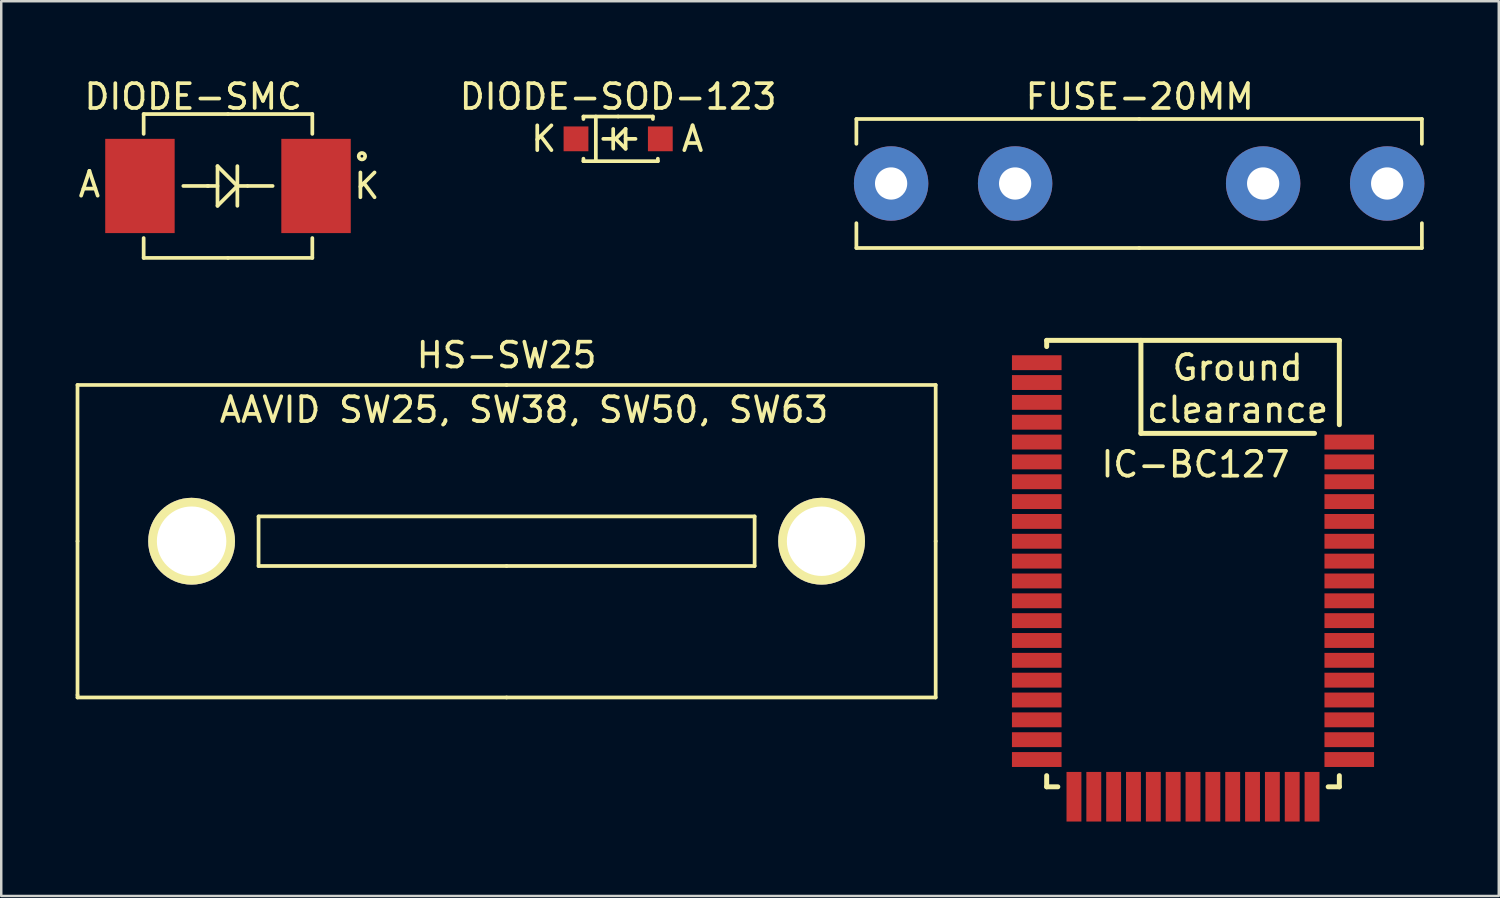
<source format=kicad_pcb>
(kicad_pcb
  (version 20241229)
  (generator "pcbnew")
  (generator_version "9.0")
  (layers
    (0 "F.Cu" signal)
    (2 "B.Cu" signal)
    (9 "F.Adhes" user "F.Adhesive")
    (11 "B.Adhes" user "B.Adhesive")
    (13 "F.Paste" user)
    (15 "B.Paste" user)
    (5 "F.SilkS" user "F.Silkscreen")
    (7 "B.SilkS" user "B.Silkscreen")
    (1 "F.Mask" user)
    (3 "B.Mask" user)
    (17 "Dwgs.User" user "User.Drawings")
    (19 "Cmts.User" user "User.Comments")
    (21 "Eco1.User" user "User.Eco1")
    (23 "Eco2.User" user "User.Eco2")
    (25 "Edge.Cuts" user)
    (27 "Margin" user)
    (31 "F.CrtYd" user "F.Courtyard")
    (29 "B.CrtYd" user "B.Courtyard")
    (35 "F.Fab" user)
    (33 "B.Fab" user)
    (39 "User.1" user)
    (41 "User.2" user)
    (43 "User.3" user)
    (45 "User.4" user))
  (footprint "HS-SW25"
    (layer "F.Cu")
    (at 17.375 18.771)
    (property "Reference" "HS-SW25" (at 0 -7.5 180) (layer "F.SilkS") (effects (font (size 1 1) (thickness 0.15))))
    (attr through_hole)
    (fp_line (start -17.3 -6.3) (end -17.3 0) (stroke (width 0.15) (type solid)) (layer "F.SilkS"))
    (fp_line (start -17.3 0) (end -17.3 6.2) (stroke (width 0.15) (type solid)) (layer "F.SilkS"))
    (fp_line (start -17.3 6.2) (end -17.3 6.3) (stroke (width 0.15) (type solid)) (layer "F.SilkS"))
    (fp_line (start -17.3 6.3) (end 0 6.3) (stroke (width 0.15) (type solid)) (layer "F.SilkS"))
    (fp_line (start -10 -1) (end -10 1) (stroke (width 0.15) (type solid)) (layer "F.SilkS"))
    (fp_line (start -10 1) (end 0 1) (stroke (width 0.15) (type solid)) (layer "F.SilkS"))
    (fp_line (start 0 -6.3) (end -17.3 -6.3) (stroke (width 0.15) (type solid)) (layer "F.SilkS"))
    (fp_line (start 0 1) (end 10 1) (stroke (width 0.15) (type solid)) (layer "F.SilkS"))
    (fp_line (start 0 6.3) (end 17.3 6.3) (stroke (width 0.15) (type solid)) (layer "F.SilkS"))
    (fp_line (start 10 -1) (end -10 -1) (stroke (width 0.15) (type solid)) (layer "F.SilkS"))
    (fp_line (start 10 1) (end 10 -1) (stroke (width 0.15) (type solid)) (layer "F.SilkS"))
    (fp_line (start 17.3 -6.3) (end 0 -6.3) (stroke (width 0.15) (type solid)) (layer "F.SilkS"))
    (fp_line (start 17.3 0) (end 17.3 -6.3) (stroke (width 0.15) (type solid)) (layer "F.SilkS"))
    (fp_line (start 17.3 6.3) (end 17.3 0) (stroke (width 0.15) (type solid)) (layer "F.SilkS"))
    (fp_text user "AAVID SW25, SW38, SW50, SW63" (at 0.7 -5.3 0) (layer "F.SilkS") (effects (font (size 1 1) (thickness 0.15))))
    (pad "4" thru_hole circle (at -12.7 0) (size 3.5 3.5) (drill 2.8) (layers "*.Cu" "*.Mask" "F.SilkS"))
    (pad "5" thru_hole circle (at 12.7 0) (size 3.5 3.5) (drill 2.8) (layers "*.Cu" "*.Mask" "F.SilkS")))
  (footprint "FUSE-20MM"
    (layer "F.Cu")
    (at 42.878 4.348)
    (property "Reference" "FUSE-20MM" (at 0.025 -3.5 0) (layer "F.SilkS") (effects (font (size 1 1) (thickness 0.15))))
    (attr through_hole)
    (fp_line (start -11.4 -2.6) (end -11.4 -1.6) (stroke (width 0.15) (type solid)) (layer "F.SilkS"))
    (fp_line (start -11.4 -2.6) (end 0 -2.6) (stroke (width 0.15) (type solid)) (layer "F.SilkS"))
    (fp_line (start -11.4 1.6) (end -11.4 2.6) (stroke (width 0.15) (type solid)) (layer "F.SilkS"))
    (fp_line (start -11.4 2.6) (end 0 2.6) (stroke (width 0.15) (type solid)) (layer "F.SilkS"))
    (fp_line (start 0 -2.6) (end 11.4 -2.6) (stroke (width 0.15) (type solid)) (layer "F.SilkS"))
    (fp_line (start 0 2.6) (end 11.4 2.6) (stroke (width 0.15) (type solid)) (layer "F.SilkS"))
    (fp_line (start 11.4 -2.6) (end 11.4 -1.6) (stroke (width 0.15) (type solid)) (layer "F.SilkS"))
    (fp_line (start 11.4 1.6) (end 11.4 2.6) (stroke (width 0.15) (type solid)) (layer "F.SilkS"))
    (pad "1" thru_hole circle (at -10 0) (size 3 3) (drill 1.3) (layers "*.Cu" "*.Mask"))
    (pad "1" thru_hole circle (at -5 0) (size 3 3) (drill 1.3) (layers "*.Cu" "*.Mask"))
    (pad "2" thru_hole circle (at 5 0) (size 3 3) (drill 1.3) (layers "*.Cu" "*.Mask"))
    (pad "2" thru_hole circle (at 10 0) (size 3 3) (drill 1.3) (layers "*.Cu" "*.Mask")))
  (footprint "DIODE-SOD-123"
    (layer "F.Cu")
    (at 21.873 2.548)
    (property "Reference" "DIODE-SOD-123" (at 0 -1.7 0) (layer "F.SilkS") (effects (font (size 1 1) (thickness 0.15))))
    (attr through_hole)
    (fp_line (start -1.4 -0.9) (end -1.4 -0.8) (stroke (width 0.15) (type solid)) (layer "F.SilkS"))
    (fp_line (start -1.4 0.8) (end -1.4 0.9) (stroke (width 0.15) (type solid)) (layer "F.SilkS"))
    (fp_line (start -1.4 0.9) (end 1.6 0.9) (stroke (width 0.15) (type solid)) (layer "F.SilkS"))
    (fp_line (start -0.9 -0.9) (end -0.9 0.9) (stroke (width 0.15) (type solid)) (layer "F.SilkS"))
    (fp_line (start -0.2 -0.4) (end -0.2 0.4) (stroke (width 0.15) (type solid)) (layer "F.SilkS"))
    (fp_line (start -0.2 0) (end -0.6 0) (stroke (width 0.15) (type solid)) (layer "F.SilkS"))
    (fp_line (start -0.1 0) (end 0.3 -0.4) (stroke (width 0.15) (type solid)) (layer "F.SilkS"))
    (fp_line (start 0 -0.9) (end -1.4 -0.9) (stroke (width 0.15) (type solid)) (layer "F.SilkS"))
    (fp_line (start 0 -0.9) (end 1.4 -0.9) (stroke (width 0.15) (type solid)) (layer "F.SilkS"))
    (fp_line (start 0.3 -0.4) (end 0.3 0.4) (stroke (width 0.15) (type solid)) (layer "F.SilkS"))
    (fp_line (start 0.3 0) (end 0.7 0) (stroke (width 0.15) (type solid)) (layer "F.SilkS"))
    (fp_line (start 0.3 0.4) (end -0.1 0) (stroke (width 0.15) (type solid)) (layer "F.SilkS"))
    (fp_line (start 1.4 -0.9) (end 1.4 -0.8) (stroke (width 0.15) (type solid)) (layer "F.SilkS"))
    (fp_line (start 1.6 0.9) (end 1.6 0.8) (stroke (width 0.15) (type solid)) (layer "F.SilkS"))
    (fp_text user "A" (at 3 0 0) (layer "F.SilkS") (effects (font (size 1 1) (thickness 0.15))))
    (fp_text user "K" (at -3 0 0) (layer "F.SilkS") (effects (font (size 1 1) (thickness 0.15))))
    (pad "1" smd rect (at 1.7 0) (size 1 1) (layers "F.Cu" "F.Mask" "F.Paste"))
    (pad "2" smd rect (at -1.7 0) (size 1 1) (layers "F.Cu" "F.Mask" "F.Paste")))
  (footprint "DIODE-SMC"
    (layer "F.Cu")
    (at 6.142 4.448)
    (property "Reference" "DIODE-SMC" (at -1.4 -3.6 0) (layer "F.SilkS") (effects (font (size 1 1) (thickness 0.15))))
    (attr smd)
    (fp_line (start -3.4 -2.9) (end -3.4 -2.1) (stroke (width 0.15) (type solid)) (layer "F.SilkS"))
    (fp_line (start -3.4 2.9) (end -3.4 2.1) (stroke (width 0.15) (type solid)) (layer "F.SilkS"))
    (fp_line (start -0.8 0) (end -1.8 0) (stroke (width 0.15) (type solid)) (layer "F.SilkS"))
    (fp_line (start -0.422 -0.8) (end -0.422 0.8) (stroke (width 0.15) (type solid)) (layer "F.SilkS"))
    (fp_line (start -0.422 -0.8) (end 0.378 0) (stroke (width 0.15) (type solid)) (layer "F.SilkS"))
    (fp_line (start -0.422 0) (end -0.823 0) (stroke (width 0.15) (type solid)) (layer "F.SilkS"))
    (fp_line (start -0.422 0.8) (end 0.378 0) (stroke (width 0.15) (type solid)) (layer "F.SilkS"))
    (fp_line (start 0 -2.9) (end -3.4 -2.9) (stroke (width 0.15) (type solid)) (layer "F.SilkS"))
    (fp_line (start 0 -2.9) (end 3.4 -2.9) (stroke (width 0.15) (type solid)) (layer "F.SilkS"))
    (fp_line (start 0 2.9) (end -3.4 2.9) (stroke (width 0.15) (type solid)) (layer "F.SilkS"))
    (fp_line (start 0 2.9) (end 3.4 2.9) (stroke (width 0.15) (type solid)) (layer "F.SilkS"))
    (fp_line (start 0.378 -0.8) (end 0.378 0.8) (stroke (width 0.15) (type solid)) (layer "F.SilkS"))
    (fp_line (start 0.378 0) (end 0.777 0) (stroke (width 0.15) (type solid)) (layer "F.SilkS"))
    (fp_line (start 0.8 0) (end 1.8 0) (stroke (width 0.15) (type solid)) (layer "F.SilkS"))
    (fp_line (start 3.4 -2.9) (end 3.4 -2.1) (stroke (width 0.15) (type solid)) (layer "F.SilkS"))
    (fp_line (start 3.4 2.9) (end 3.4 2.1) (stroke (width 0.15) (type solid)) (layer "F.SilkS"))
    (fp_circle (center 5.4 -1.2) (end 5.375 -1.15) (stroke (width 0.15) (type solid)) (fill no) (layer "F.SilkS"))
    (fp_text user "K" (at 5.6 0 0) (layer "F.SilkS") (effects (font (size 1 1) (thickness 0.15))))
    (fp_text user "A" (at -5.588 -0.064 0) (layer "F.SilkS") (effects (font (size 1 1) (thickness 0.15))))
    (pad "1" smd rect (at -3.55 0) (size 2.8 3.8) (layers "F.Cu" "F.Mask" "F.Paste"))
    (pad "2" smd rect (at 3.55 0) (size 2.8 3.8) (layers "F.Cu" "F.Mask" "F.Paste")))
  (footprint "IC-BC127"
    (layer "F.Cu")
    (at 39.15 10.673)
    (property "Reference" "IC-BC127" (at 6 5 0) (layer "F.SilkS") (effects (font (size 1 1) (thickness 0.15))))
    (attr through_hole)
    (fp_line (start 0 0) (end 0 0.25) (stroke (width 0.2) (type solid)) (layer "F.SilkS"))
    (fp_line (start 0 18) (end 0 17.55) (stroke (width 0.2) (type solid)) (layer "F.SilkS"))
    (fp_line (start 0 18) (end 0.45 18) (stroke (width 0.2) (type solid)) (layer "F.SilkS"))
    (fp_line (start 3.8 3.75) (end 3.8 0) (stroke (width 0.2) (type solid)) (layer "F.SilkS"))
    (fp_line (start 10.8 3.75) (end 3.8 3.75) (stroke (width 0.2) (type solid)) (layer "F.SilkS"))
    (fp_line (start 11.8 0) (end 0 0) (stroke (width 0.2) (type solid)) (layer "F.SilkS"))
    (fp_line (start 11.8 3.4) (end 11.8 0) (stroke (width 0.2) (type solid)) (layer "F.SilkS"))
    (fp_line (start 11.8 18) (end 11.35 18) (stroke (width 0.2) (type solid)) (layer "F.SilkS"))
    (fp_line (start 11.8 18) (end 11.8 17.55) (stroke (width 0.2) (type solid)) (layer "F.SilkS"))
    (fp_text user "Ground" (at 7.7 1.1 0) (layer "F.SilkS") (effects (font (size 1 1) (thickness 0.15))))
    (fp_text user "clearance" (at 7.7 2.8 0) (layer "F.SilkS") (effects (font (size 1 1) (thickness 0.15))))
    (pad "1" smd rect (at -0.4 0.9) (size 2 0.6) (layers "F.Cu" "F.Mask" "F.Paste"))
    (pad "2" smd rect (at -0.4 1.7) (size 2 0.6) (layers "F.Cu" "F.Mask" "F.Paste"))
    (pad "3" smd rect (at -0.4 2.5) (size 2 0.6) (layers "F.Cu" "F.Mask" "F.Paste"))
    (pad "4" smd rect (at -0.4 3.3) (size 2 0.6) (layers "F.Cu" "F.Mask" "F.Paste"))
    (pad "5" smd rect (at -0.4 4.1) (size 2 0.6) (layers "F.Cu" "F.Mask" "F.Paste"))
    (pad "6" smd rect (at -0.4 4.9) (size 2 0.6) (layers "F.Cu" "F.Mask" "F.Paste"))
    (pad "7" smd rect (at -0.4 5.7) (size 2 0.6) (layers "F.Cu" "F.Mask" "F.Paste"))
    (pad "8" smd rect (at -0.4 6.5) (size 2 0.6) (layers "F.Cu" "F.Mask" "F.Paste"))
    (pad "9" smd rect (at -0.4 7.3) (size 2 0.6) (layers "F.Cu" "F.Mask" "F.Paste"))
    (pad "10" smd rect (at -0.4 8.1) (size 2 0.6) (layers "F.Cu" "F.Mask" "F.Paste"))
    (pad "11" smd rect (at -0.4 8.9) (size 2 0.6) (layers "F.Cu" "F.Mask" "F.Paste"))
    (pad "12" smd rect (at -0.4 9.7) (size 2 0.6) (layers "F.Cu" "F.Mask" "F.Paste"))
    (pad "13" smd rect (at -0.4 10.5) (size 2 0.6) (layers "F.Cu" "F.Mask" "F.Paste"))
    (pad "14" smd rect (at -0.4 11.3) (size 2 0.6) (layers "F.Cu" "F.Mask" "F.Paste"))
    (pad "15" smd rect (at -0.4 12.1) (size 2 0.6) (layers "F.Cu" "F.Mask" "F.Paste"))
    (pad "16" smd rect (at -0.4 12.9) (size 2 0.6) (layers "F.Cu" "F.Mask" "F.Paste"))
    (pad "17" smd rect (at -0.4 13.7) (size 2 0.6) (layers "F.Cu" "F.Mask" "F.Paste"))
    (pad "18" smd rect (at -0.4 14.5) (size 2 0.6) (layers "F.Cu" "F.Mask" "F.Paste"))
    (pad "19" smd rect (at -0.4 15.3) (size 2 0.6) (layers "F.Cu" "F.Mask" "F.Paste"))
    (pad "20" smd rect (at -0.4 16.1) (size 2 0.6) (layers "F.Cu" "F.Mask" "F.Paste"))
    (pad "21" smd rect (at -0.4 16.9) (size 2 0.6) (layers "F.Cu" "F.Mask" "F.Paste"))
    (pad "22" smd rect (at 1.1 18.4 90) (size 2 0.6) (layers "F.Cu" "F.Mask" "F.Paste"))
    (pad "23" smd rect (at 1.9 18.4 90) (size 2 0.6) (layers "F.Cu" "F.Mask" "F.Paste"))
    (pad "24" smd rect (at 2.7 18.4 90) (size 2 0.6) (layers "F.Cu" "F.Mask" "F.Paste"))
    (pad "25" smd rect (at 3.5 18.4 90) (size 2 0.6) (layers "F.Cu" "F.Mask" "F.Paste"))
    (pad "26" smd rect (at 4.3 18.4 90) (size 2 0.6) (layers "F.Cu" "F.Mask" "F.Paste"))
    (pad "27" smd rect (at 5.1 18.4 90) (size 2 0.6) (layers "F.Cu" "F.Mask" "F.Paste"))
    (pad "28" smd rect (at 5.9 18.4 90) (size 2 0.6) (layers "F.Cu" "F.Mask" "F.Paste"))
    (pad "29" smd rect (at 6.7 18.4 90) (size 2 0.6) (layers "F.Cu" "F.Mask" "F.Paste"))
    (pad "30" smd rect (at 7.5 18.4 90) (size 2 0.6) (layers "F.Cu" "F.Mask" "F.Paste"))
    (pad "31" smd rect (at 8.3 18.4 90) (size 2 0.6) (layers "F.Cu" "F.Mask" "F.Paste"))
    (pad "32" smd rect (at 9.1 18.4 90) (size 2 0.6) (layers "F.Cu" "F.Mask" "F.Paste"))
    (pad "33" smd rect (at 9.9 18.4 90) (size 2 0.6) (layers "F.Cu" "F.Mask" "F.Paste"))
    (pad "34" smd rect (at 10.7 18.4 90) (size 2 0.6) (layers "F.Cu" "F.Mask" "F.Paste"))
    (pad "35" smd rect (at 12.2 16.9) (size 2 0.6) (layers "F.Cu" "F.Mask" "F.Paste"))
    (pad "36" smd rect (at 12.2 16.1) (size 2 0.6) (layers "F.Cu" "F.Mask" "F.Paste"))
    (pad "37" smd rect (at 12.2 15.3) (size 2 0.6) (layers "F.Cu" "F.Mask" "F.Paste"))
    (pad "38" smd rect (at 12.2 14.5) (size 2 0.6) (layers "F.Cu" "F.Mask" "F.Paste"))
    (pad "39" smd rect (at 12.2 13.7) (size 2 0.6) (layers "F.Cu" "F.Mask" "F.Paste"))
    (pad "40" smd rect (at 12.2 12.9) (size 2 0.6) (layers "F.Cu" "F.Mask" "F.Paste"))
    (pad "41" smd rect (at 12.2 12.1) (size 2 0.6) (layers "F.Cu" "F.Mask" "F.Paste"))
    (pad "42" smd rect (at 12.2 11.3) (size 2 0.6) (layers "F.Cu" "F.Mask" "F.Paste"))
    (pad "43" smd rect (at 12.2 10.5) (size 2 0.6) (layers "F.Cu" "F.Mask" "F.Paste"))
    (pad "44" smd rect (at 12.2 9.7) (size 2 0.6) (layers "F.Cu" "F.Mask" "F.Paste"))
    (pad "45" smd rect (at 12.2 8.9) (size 2 0.6) (layers "F.Cu" "F.Mask" "F.Paste"))
    (pad "46" smd rect (at 12.2 8.1) (size 2 0.6) (layers "F.Cu" "F.Mask" "F.Paste"))
    (pad "47" smd rect (at 12.2 7.3) (size 2 0.6) (layers "F.Cu" "F.Mask" "F.Paste"))
    (pad "48" smd rect (at 12.2 6.5) (size 2 0.6) (layers "F.Cu" "F.Mask" "F.Paste"))
    (pad "49" smd rect (at 12.2 5.7) (size 2 0.6) (layers "F.Cu" "F.Mask" "F.Paste"))
    (pad "50" smd rect (at 12.2 4.9) (size 2 0.6) (layers "F.Cu" "F.Mask" "F.Paste"))
    (pad "51" smd rect (at 12.2 4.1) (size 2 0.6) (layers "F.Cu" "F.Mask" "F.Paste")))
  (gr_rect
    (start -3 -3)
    (end 57.378 33.073)
    (stroke (width 0.1) (type default))
    (fill no)
    (layer "Edge.Cuts")))
</source>
